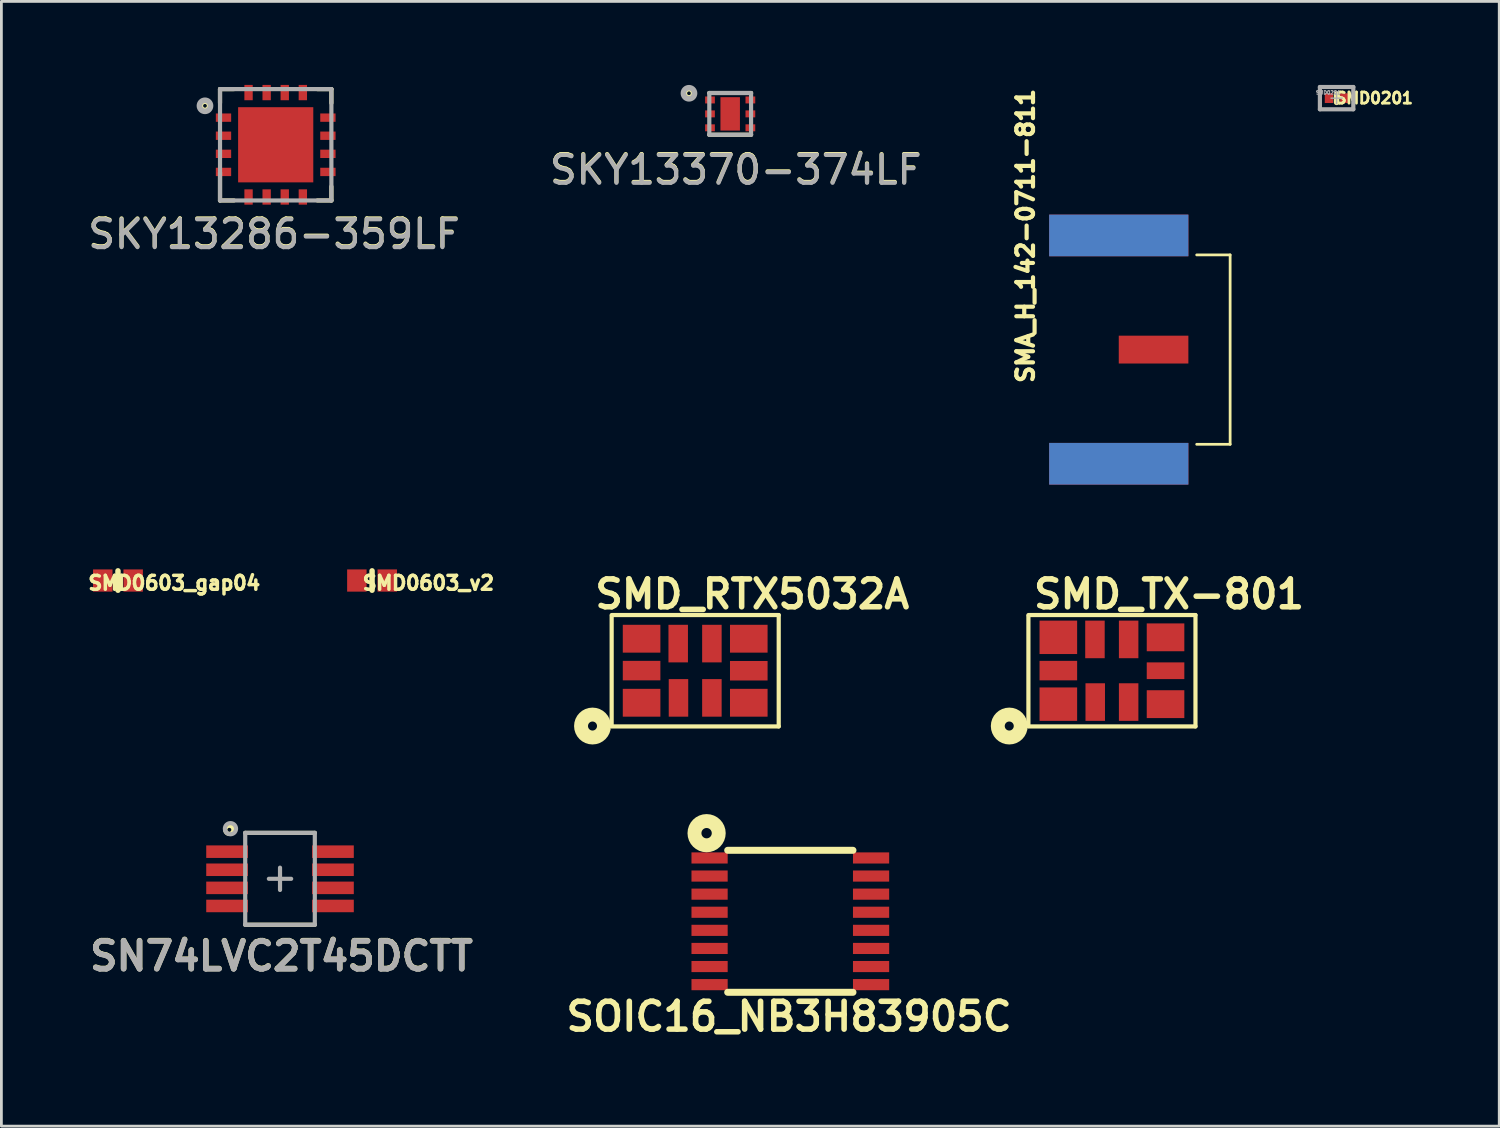
<source format=kicad_pcb>
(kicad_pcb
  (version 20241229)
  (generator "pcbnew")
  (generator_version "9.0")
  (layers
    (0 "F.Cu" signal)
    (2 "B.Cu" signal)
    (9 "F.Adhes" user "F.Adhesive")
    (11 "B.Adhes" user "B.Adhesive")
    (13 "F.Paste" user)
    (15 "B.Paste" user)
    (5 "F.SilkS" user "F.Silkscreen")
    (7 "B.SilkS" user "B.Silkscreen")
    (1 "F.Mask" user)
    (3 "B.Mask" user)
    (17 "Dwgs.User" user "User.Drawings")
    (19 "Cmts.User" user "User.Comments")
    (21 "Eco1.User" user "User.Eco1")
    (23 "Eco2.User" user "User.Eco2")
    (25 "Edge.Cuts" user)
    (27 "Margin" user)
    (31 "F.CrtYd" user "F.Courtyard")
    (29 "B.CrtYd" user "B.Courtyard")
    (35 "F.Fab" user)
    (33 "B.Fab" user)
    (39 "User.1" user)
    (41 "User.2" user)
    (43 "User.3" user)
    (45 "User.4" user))
  (footprint "SKY13370-374LF"
    (layer "F.Cu")
    (at 23.175 1.04)
    (property "Reference" "SKY13370-374LF" (at 0.2 1.99 0) (layer "F.SilkS") (effects (font (size 1 1) (thickness 0.15))))
    (attr smd)
    (fp_line (start -0.75 -0.75) (end 0.75 -0.75) (stroke (width 0.15) (type solid)) (layer "F.SilkS"))
    (fp_line (start -0.75 0.75) (end 0.75 0.75) (stroke (width 0.15) (type solid)) (layer "F.SilkS"))
    (fp_circle (center -1.48 -0.74) (end -1.58 -0.84) (stroke (width 0.15) (type solid)) (fill no) (layer "F.SilkS"))
    (fp_line (start -0.75 -0.75) (end 0.75 -0.75) (stroke (width 0.15) (type solid)) (layer "F.Fab"))
    (fp_line (start -0.75 0.75) (end -0.75 -0.75) (stroke (width 0.15) (type solid)) (layer "F.Fab"))
    (fp_line (start -0.75 0.75) (end 0.75 0.75) (stroke (width 0.15) (type solid)) (layer "F.Fab"))
    (fp_line (start 0.75 0.75) (end 0.75 -0.75) (stroke (width 0.15) (type solid)) (layer "F.Fab"))
    (fp_circle (center -1.48 -0.74) (end -1.48 -0.94) (stroke (width 0.2) (type solid)) (fill no) (layer "F.Fab"))
    (fp_text user "${REFERENCE}" (at 0.2 2.02 0) (layer "F.Fab") (effects (font (size 1 1) (thickness 0.15))))
    (pad "1" smd rect (at -0.725 -0.5) (size 0.35 0.25) (layers "F.Cu" "F.Mask" "F.Paste"))
    (pad "2" smd rect (at -0.725 0) (size 0.35 0.25) (layers "F.Cu" "F.Mask" "F.Paste"))
    (pad "3" smd rect (at -0.725 0.5) (size 0.35 0.25) (layers "F.Cu" "F.Mask" "F.Paste"))
    (pad "4" smd rect (at 0.725 0.5) (size 0.35 0.25) (layers "F.Cu" "F.Mask" "F.Paste"))
    (pad "5" smd rect (at 0.725 0) (size 0.35 0.25) (layers "F.Cu" "F.Mask" "F.Paste"))
    (pad "6" smd rect (at 0.725 -0.5) (size 0.35 0.25) (layers "F.Cu" "F.Mask" "F.Paste"))
    (pad "7" smd rect (at 0 0) (size 0.7 1.2) (layers "F.Cu" "F.Mask" "F.Paste")))
  (footprint "SMD0603_gap04"
    (layer "F.Cu")
    (at 1.187 17.8)
    (property "Reference" "SMD0603_gap04" (at 2.022 0.089 0) (layer "F.SilkS") (effects (font (size 0.5 0.5) (thickness 0.125))))
    (attr smd)
    (fp_line (start 0 -0.348) (end 0 0.348) (stroke (width 0.196) (type solid)) (layer "F.SilkS"))
    (pad "1" smd rect (at -0.546 0) (size 0.699 0.798) (layers "F.Cu" "F.Mask" "F.Paste"))
    (pad "2" smd rect (at 0.546 0) (size 0.699 0.798) (layers "F.Cu" "F.Mask" "F.Paste")))
  (footprint "SMD_TX-801"
    (layer "F.Cu")
    (at 36.886 21.04)
    (property "Reference" "SMD_TX-801" (at 2.05 -2.75 180) (layer "F.SilkS") (effects (font (size 1 1) (thickness 0.2))))
    (attr smd)
    (fp_line (start -3 1.986) (end -3 -1.956) (stroke (width 0.15) (type solid)) (layer "F.SilkS"))
    (fp_line (start 3 -2) (end -3 -2) (stroke (width 0.15) (type solid)) (layer "F.SilkS"))
    (fp_line (start 3 2) (end -3 2) (stroke (width 0.15) (type solid)) (layer "F.SilkS"))
    (fp_line (start 3 2) (end 3 -2) (stroke (width 0.15) (type solid)) (layer "F.SilkS"))
    (fp_circle (center -3.688 1.986) (end -3.571 2.098) (stroke (width 0.5) (type solid)) (fill no) (layer "F.SilkS"))
    (pad "1" smd rect (at -1.925 1.2) (size 1.35 1.2) (layers "F.Cu" "F.Mask" "F.Paste"))
    (pad "2" smd rect (at -0.6 1.125 90) (size 1.35 0.7) (layers "F.Cu" "F.Mask" "F.Paste"))
    (pad "3" smd rect (at 0.6 1.125 90) (size 1.35 0.7) (layers "F.Cu" "F.Mask" "F.Paste"))
    (pad "4" smd rect (at 1.925 1.2) (size 1.35 1) (layers "F.Cu" "F.Mask" "F.Paste"))
    (pad "5" smd rect (at 1.925 0) (size 1.35 0.6) (layers "F.Cu" "F.Mask" "F.Paste"))
    (pad "6" smd rect (at 1.925 -1.2) (size 1.35 1) (layers "F.Cu" "F.Mask" "F.Paste"))
    (pad "7" smd rect (at 0.6 -1.125 90) (size 1.35 0.7) (layers "F.Cu" "F.Mask" "F.Paste"))
    (pad "8" smd rect (at -0.61 -1.125 90) (size 1.35 0.7) (layers "F.Cu" "F.Mask" "F.Paste"))
    (pad "9" smd rect (at -1.925 -1.2) (size 1.35 1.2) (layers "F.Cu" "F.Mask" "F.Paste"))
    (pad "10" smd rect (at -1.925 -0.005) (size 1.35 0.7) (layers "F.Cu" "F.Mask" "F.Paste")))
  (footprint "SMD0603_v2"
    (layer "F.Cu")
    (at 10.313 17.8)
    (property "Reference" "SMD0603_v2" (at 2.022 0.089 0) (layer "F.SilkS") (effects (font (size 0.5 0.5) (thickness 0.125))))
    (attr smd)
    (fp_line (start 0 -0.348) (end 0 0.348) (stroke (width 0.196) (type solid)) (layer "F.SilkS"))
    (pad "1" smd rect (at -0.546 0) (size 0.699 0.798) (layers "F.Cu" "F.Mask" "F.Paste"))
    (pad "2" smd rect (at 0.546 0) (size 0.699 0.798) (layers "F.Cu" "F.Mask" "F.Paste")))
  (footprint "SN74LVC2T45DCTT"
    (layer "F.Cu")
    (at 7.007 28.513)
    (property "Reference" "SN74LVC2T45DCTT" (at 0.05 2.77 0) (layer "F.SilkS") (effects (font (size 1 1) (thickness 0.2))))
    (attr through_hole)
    (fp_line (start -1.25 -1.65) (end 1.25 -1.65) (stroke (width 0.15) (type solid)) (layer "F.SilkS"))
    (fp_line (start -1.25 1.65) (end 1.25 1.65) (stroke (width 0.15) (type solid)) (layer "F.SilkS"))
    (fp_circle (center -1.82 -1.76) (end -1.713 -1.66) (stroke (width 0.152) (type solid)) (fill no) (layer "F.SilkS"))
    (fp_line (start -1.25 -1.65) (end -1.25 1.65) (stroke (width 0.15) (type solid)) (layer "F.Fab"))
    (fp_line (start -1.25 -1.65) (end 1.25 -1.65) (stroke (width 0.15) (type solid)) (layer "F.Fab"))
    (fp_line (start -1.25 1.65) (end 1.25 1.65) (stroke (width 0.15) (type solid)) (layer "F.Fab"))
    (fp_line (start -0.4 0) (end 0.4 0) (stroke (width 0.15) (type solid)) (layer "F.Fab"))
    (fp_line (start 0 -0.4) (end 0 0.4) (stroke (width 0.15) (type solid)) (layer "F.Fab"))
    (fp_line (start 1.25 -1.65) (end 1.25 1.65) (stroke (width 0.15) (type solid)) (layer "F.Fab"))
    (fp_circle (center -1.78 -1.8) (end -1.58 -1.8) (stroke (width 0.15) (type solid)) (fill no) (layer "F.Fab"))
    (fp_text user "${REFERENCE}" (at 0.05 2.78 0) (layer "F.Fab") (effects (font (size 1 1) (thickness 0.2))))
    (pad "1" smd rect (at -1.9 -0.975) (size 1.5 0.45) (layers "F.Cu" "F.Mask" "F.Paste"))
    (pad "2" smd rect (at -1.9 -0.325) (size 1.5 0.45) (layers "F.Cu" "F.Mask" "F.Paste"))
    (pad "3" smd rect (at -1.9 0.325) (size 1.5 0.45) (layers "F.Cu" "F.Mask" "F.Paste"))
    (pad "4" smd rect (at -1.9 0.975) (size 1.5 0.45) (layers "F.Cu" "F.Mask" "F.Paste"))
    (pad "5" smd rect (at 1.9 0.975) (size 1.5 0.45) (layers "F.Cu" "F.Mask" "F.Paste"))
    (pad "6" smd rect (at 1.9 0.325) (size 1.5 0.45) (layers "F.Cu" "F.Mask" "F.Paste"))
    (pad "7" smd rect (at 1.9 -0.325) (size 1.5 0.45) (layers "F.Cu" "F.Mask" "F.Paste"))
    (pad "8" smd rect (at 1.9 -0.975) (size 1.5 0.45) (layers "F.Cu" "F.Mask" "F.Paste")))
  (footprint "SOIC16_NB3H83905C"
    (layer "F.Cu")
    (at 25.335 30.039)
    (property "Reference" "SOIC16_NB3H83905C" (at -0.045 3.42 0) (layer "F.SilkS") (effects (font (size 1 1) (thickness 0.2))))
    (attr smd)
    (fp_line (start -2.25 -2.55) (end 2.25 -2.55) (stroke (width 0.25) (type solid)) (layer "F.SilkS"))
    (fp_line (start -2.25 2.55) (end 2.25 2.55) (stroke (width 0.25) (type solid)) (layer "F.SilkS"))
    (fp_circle (center -3.007 -3.165) (end -2.855 -3.272) (stroke (width 0.5) (type solid)) (fill no) (layer "F.SilkS"))
    (pad "1" smd rect (at -2.9 -2.275) (size 1.3 0.4) (layers "F.Cu" "F.Mask" "F.Paste"))
    (pad "2" smd rect (at -2.9 -1.625) (size 1.3 0.4) (layers "F.Cu" "F.Mask" "F.Paste"))
    (pad "3" smd rect (at -2.9 -0.975) (size 1.3 0.4) (layers "F.Cu" "F.Mask" "F.Paste"))
    (pad "4" smd rect (at -2.9 -0.325) (size 1.3 0.4) (layers "F.Cu" "F.Mask" "F.Paste"))
    (pad "5" smd rect (at -2.9 0.325) (size 1.3 0.4) (layers "F.Cu" "F.Mask" "F.Paste"))
    (pad "6" smd rect (at -2.9 0.975) (size 1.3 0.4) (layers "F.Cu" "F.Mask" "F.Paste"))
    (pad "7" smd rect (at -2.9 1.625) (size 1.3 0.4) (layers "F.Cu" "F.Mask" "F.Paste"))
    (pad "8" smd rect (at -2.9 2.275) (size 1.3 0.4) (layers "F.Cu" "F.Mask" "F.Paste"))
    (pad "9" smd rect (at 2.9 2.275) (size 1.3 0.4) (layers "F.Cu" "F.Mask" "F.Paste"))
    (pad "10" smd rect (at 2.9 1.625) (size 1.3 0.4) (layers "F.Cu" "F.Mask" "F.Paste"))
    (pad "11" smd rect (at 2.9 0.975) (size 1.3 0.4) (layers "F.Cu" "F.Mask" "F.Paste"))
    (pad "12" smd rect (at 2.9 0.325) (size 1.3 0.4) (layers "F.Cu" "F.Mask" "F.Paste"))
    (pad "13" smd rect (at 2.9 -0.325) (size 1.3 0.4) (layers "F.Cu" "F.Mask" "F.Paste"))
    (pad "14" smd rect (at 2.9 -0.975) (size 1.3 0.4) (layers "F.Cu" "F.Mask" "F.Paste"))
    (pad "15" smd rect (at 2.9 -1.625) (size 1.3 0.4) (layers "F.Cu" "F.Mask" "F.Paste"))
    (pad "16" smd rect (at 2.9 -2.275) (size 1.3 0.4) (layers "F.Cu" "F.Mask" "F.Paste")))
  (footprint "SMA_H_142-0711-811"
    (layer "F.Cu")
    (at 37.131 9.506)
    (property "Reference" "SMA_H_142-0711-811" (at -3.35 -4.084 90) (layer "F.SilkS") (effects (font (size 0.6 0.6) (thickness 0.15))))
    (attr smd)
    (fp_line (start 2.799 -3.401) (end 3.998 -3.401) (stroke (width 0.099) (type solid)) (layer "F.SilkS"))
    (fp_line (start 4 -3.401) (end 4 3.401) (stroke (width 0.099) (type solid)) (layer "F.SilkS"))
    (fp_line (start 4 3.401) (end 2.799 3.401) (stroke (width 0.099) (type solid)) (layer "F.SilkS"))
    (pad "1" smd rect (at 1.25 0) (size 2.5 1) (layers "F.Cu" "F.Mask" "F.Paste"))
    (pad "2" smd rect (at 0 4.1) (size 5 1.496) (layers "F.Cu" "F.Mask" "F.Paste"))
    (pad "3" smd rect (at 0 -4.1) (size 5 1.496) (layers "F.Cu" "F.Mask" "F.Paste"))
    (pad "4" smd rect (at 0 4.1) (size 5 1.496) (layers "B.Cu" "B.Mask" "B.Paste"))
    (pad "5" smd rect (at 0 -4.1) (size 5 1.496) (layers "B.Cu" "B.Mask" "B.Paste")))
  (footprint "SMD_RTX5032A"
    (layer "F.Cu")
    (at 21.918 21.04)
    (property "Reference" "SMD_RTX5032A" (at 2.05 -2.75 180) (layer "F.SilkS") (effects (font (size 1 1) (thickness 0.2))))
    (attr smd)
    (fp_line (start -3 1.986) (end -3 -1.956) (stroke (width 0.15) (type solid)) (layer "F.SilkS"))
    (fp_line (start 3 -2) (end -3 -2) (stroke (width 0.15) (type solid)) (layer "F.SilkS"))
    (fp_line (start 3 2) (end -3 2) (stroke (width 0.15) (type solid)) (layer "F.SilkS"))
    (fp_line (start 3 2) (end 3 -2) (stroke (width 0.15) (type solid)) (layer "F.SilkS"))
    (fp_circle (center -3.688 1.986) (end -3.571 2.098) (stroke (width 0.5) (type solid)) (fill no) (layer "F.SilkS"))
    (pad "1" smd rect (at -1.925 1.15) (size 1.35 1) (layers "F.Cu" "F.Mask" "F.Paste"))
    (pad "2" smd rect (at -0.6 0.975 90) (size 1.35 0.7) (layers "F.Cu" "F.Mask" "F.Paste"))
    (pad "3" smd rect (at 0.6 0.975 90) (size 1.35 0.7) (layers "F.Cu" "F.Mask" "F.Paste"))
    (pad "4" smd rect (at 1.925 1.15) (size 1.35 1) (layers "F.Cu" "F.Mask" "F.Paste"))
    (pad "5" smd rect (at 1.925 0) (size 1.35 0.7) (layers "F.Cu" "F.Mask" "F.Paste"))
    (pad "6" smd rect (at 1.925 -1.15) (size 1.35 1) (layers "F.Cu" "F.Mask" "F.Paste"))
    (pad "7" smd rect (at 0.6 -0.975 90) (size 1.35 0.7) (layers "F.Cu" "F.Mask" "F.Paste"))
    (pad "8" smd rect (at -0.61 -0.975 90) (size 1.35 0.7) (layers "F.Cu" "F.Mask" "F.Paste"))
    (pad "9" smd rect (at -1.925 -1.15) (size 1.35 1) (layers "F.Cu" "F.Mask" "F.Paste"))
    (pad "10" smd rect (at -1.925 -0.005) (size 1.35 0.7) (layers "F.Cu" "F.Mask" "F.Paste")))
  (footprint "SMD0201"
    (layer "F.Cu")
    (at 44.955 0.475)
    (property "Reference" "SMD0201" (at 1.35 0 0) (layer "F.SilkS") (effects (font (size 0.4 0.4) (thickness 0.1))))
    (attr smd)
    (fp_line (start 0 -0.15) (end 0 0.15) (stroke (width 0.2) (type solid)) (layer "F.SilkS"))
    (fp_line (start -0.6 -0.4) (end 0.6 -0.4) (stroke (width 0.15) (type solid)) (layer "F.Fab"))
    (fp_line (start -0.6 0.4) (end -0.6 -0.4) (stroke (width 0.15) (type solid)) (layer "F.Fab"))
    (fp_line (start -0.2 0) (end 0.2 0) (stroke (width 0.05) (type solid)) (layer "F.Fab"))
    (fp_line (start 0 0.2) (end 0 -0.2) (stroke (width 0.05) (type solid)) (layer "F.Fab"))
    (fp_line (start 0.6 -0.4) (end 0.6 0.4) (stroke (width 0.15) (type solid)) (layer "F.Fab"))
    (fp_line (start 0.6 0.4) (end -0.6 0.4) (stroke (width 0.15) (type solid)) (layer "F.Fab"))
    (fp_text user "${REFERENCE}" (at -0.3 -0.2 0) (layer "F.Fab") (effects (font (size 0.127 0.127) (thickness 0.032))))
    (pad "1" smd rect (at -0.275 0) (size 0.3 0.35) (layers "F.Cu" "F.Mask" "F.Paste"))
    (pad "2" smd rect (at 0.275 0) (size 0.3 0.35) (layers "F.Cu" "F.Mask" "F.Paste")))
  (footprint "SKY13286-359LF"
    (layer "F.Cu")
    (at 6.852 2.15)
    (property "Reference" "SKY13286-359LF" (at -0.06 3.19 0) (layer "F.SilkS") (effects (font (size 1 1) (thickness 0.15))))
    (attr smd)
    (fp_line (start -2 -2) (end -2 -1.5) (stroke (width 0.15) (type solid)) (layer "F.SilkS"))
    (fp_line (start -2 1) (end -2 2) (stroke (width 0.15) (type solid)) (layer "F.SilkS"))
    (fp_line (start -1.5 -2) (end -2 -2) (stroke (width 0.15) (type solid)) (layer "F.SilkS"))
    (fp_line (start -1.5 2) (end -2 2) (stroke (width 0.15) (type solid)) (layer "F.SilkS"))
    (fp_line (start 2 -2) (end 1.5 -2) (stroke (width 0.15) (type solid)) (layer "F.SilkS"))
    (fp_line (start 2 -2) (end 2 -1.5) (stroke (width 0.15) (type solid)) (layer "F.SilkS"))
    (fp_line (start 2 1.5) (end 2 2) (stroke (width 0.15) (type solid)) (layer "F.SilkS"))
    (fp_line (start 2 2) (end 1.5 2) (stroke (width 0.15) (type solid)) (layer "F.SilkS"))
    (fp_circle (center -2.54 -1.4) (end -2.64 -1.5) (stroke (width 0.15) (type solid)) (fill no) (layer "F.SilkS"))
    (fp_line (start -2 -2) (end -2 2) (stroke (width 0.15) (type solid)) (layer "F.Fab"))
    (fp_line (start -2 -2) (end 2 -2) (stroke (width 0.15) (type solid)) (layer "F.Fab"))
    (fp_line (start -2 2) (end 2 2) (stroke (width 0.15) (type solid)) (layer "F.Fab"))
    (fp_line (start 2 -2) (end 2 2) (stroke (width 0.15) (type solid)) (layer "F.Fab"))
    (fp_circle (center -2.54 -1.4) (end -2.54 -1.6) (stroke (width 0.2) (type solid)) (fill no) (layer "F.Fab"))
    (fp_text user "${REFERENCE}" (at -0.06 3.22 0) (layer "F.Fab") (effects (font (size 1 1) (thickness 0.15))))
    (pad "1" smd rect (at -1.875 -0.975) (size 0.55 0.3) (layers "F.Cu" "F.Mask" "F.Paste"))
    (pad "2" smd rect (at -1.875 -0.325) (size 0.55 0.3) (layers "F.Cu" "F.Mask" "F.Paste"))
    (pad "3" smd rect (at -1.875 0.325) (size 0.55 0.3) (layers "F.Cu" "F.Mask" "F.Paste"))
    (pad "4" smd rect (at -1.875 0.975) (size 0.55 0.3) (layers "F.Cu" "F.Mask" "F.Paste"))
    (pad "5" smd rect (at -0.975 1.875 90) (size 0.55 0.3) (layers "F.Cu" "F.Mask" "F.Paste"))
    (pad "6" smd rect (at -0.325 1.875 90) (size 0.55 0.3) (layers "F.Cu" "F.Mask" "F.Paste"))
    (pad "7" smd rect (at 0.325 1.875 90) (size 0.55 0.3) (layers "F.Cu" "F.Mask" "F.Paste"))
    (pad "8" smd rect (at 0.975 1.875 90) (size 0.55 0.3) (layers "F.Cu" "F.Mask" "F.Paste"))
    (pad "9" smd rect (at 1.875 0.975) (size 0.55 0.3) (layers "F.Cu" "F.Mask" "F.Paste"))
    (pad "10" smd rect (at 1.875 0.325) (size 0.55 0.3) (layers "F.Cu" "F.Mask" "F.Paste"))
    (pad "11" smd rect (at 1.875 -0.325) (size 0.55 0.3) (layers "F.Cu" "F.Mask" "F.Paste"))
    (pad "12" smd rect (at 1.875 -0.975) (size 0.55 0.3) (layers "F.Cu" "F.Mask" "F.Paste"))
    (pad "13" smd rect (at 0.975 -1.875 90) (size 0.55 0.3) (layers "F.Cu" "F.Mask" "F.Paste"))
    (pad "14" smd rect (at 0.325 -1.875 90) (size 0.55 0.3) (layers "F.Cu" "F.Mask" "F.Paste"))
    (pad "15" smd rect (at -0.325 -1.875 90) (size 0.55 0.3) (layers "F.Cu" "F.Mask" "F.Paste"))
    (pad "16" smd rect (at -0.975 -1.875 90) (size 0.55 0.3) (layers "F.Cu" "F.Mask" "F.Paste"))
    (pad "17" smd rect (at 0 0) (size 2.7 2.7) (layers "F.Cu" "F.Mask" "F.Paste")))
  (gr_rect
    (start -3 -3)
    (end 50.796 37.395)
    (stroke (width 0.1) (type default))
    (fill no)
    (layer "Edge.Cuts")))
</source>
